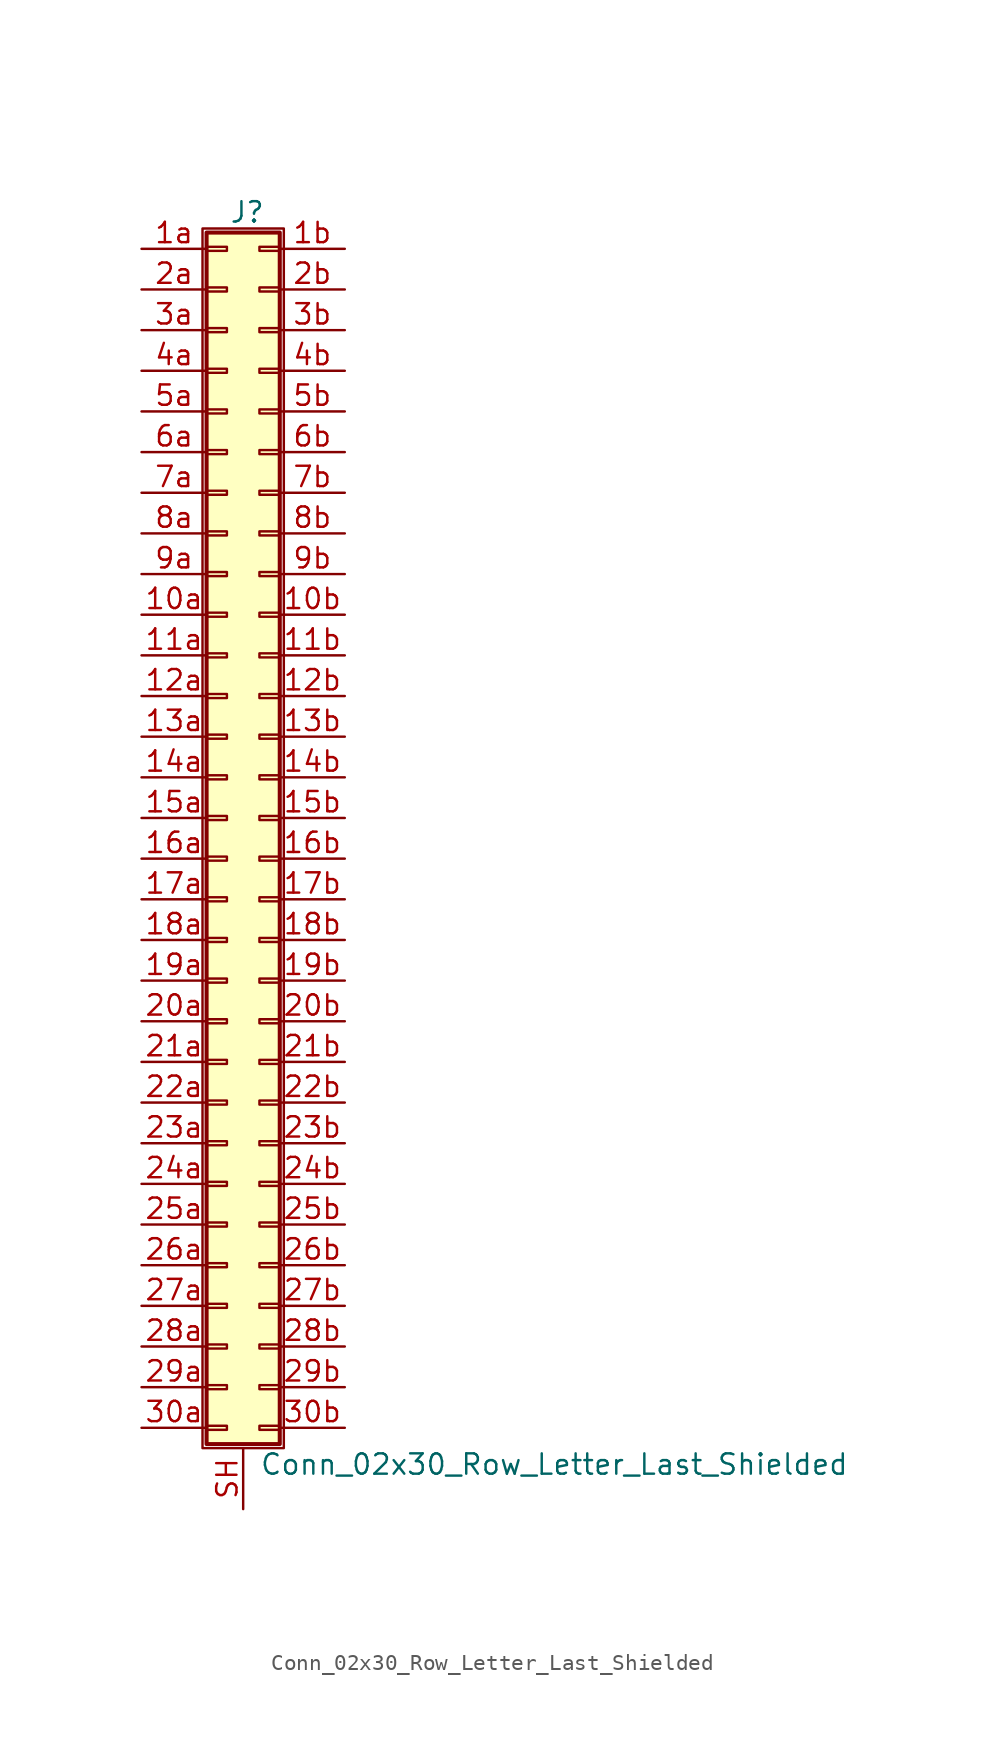
<source format=kicad_sym>
(kicad_symbol_lib
  (version 20201005)
  (generator kicad_symbol_editor)
  (symbol "Conn_02x30_Row_Letter_Last_Shielded"
    (pin_names
      (offset 1.016) hide)
    (property "Reference" "J"
      (at 1.524 37.846 0)
      (effects (font (size 1.27 1.27))))
    (property "Value" "Conn_02x30_Row_Letter_Last_Shielded"
      (at 2.286 -40.386 0)
      (effects (font (size 1.27 1.27)) (justify left)))
    (symbol "Conn_02x30_Row_Letter_Last_Shielded_1_1"
      (rectangle (start -1.27 36.83) (end 3.81 -39.37) (stroke (width 0.152)) (fill (type none)))
      (rectangle (start -1.016 -37.973) (end 0.254 -38.227) (stroke (width 0.152)) (fill (type none)))
      (rectangle (start -1.016 -35.433) (end 0.254 -35.687) (stroke (width 0.152)) (fill (type none)))
      (rectangle (start -1.016 -32.893) (end 0.254 -33.147) (stroke (width 0.152)) (fill (type none)))
      (rectangle (start -1.016 -30.353) (end 0.254 -30.607) (stroke (width 0.152)) (fill (type none)))
      (rectangle (start -1.016 -27.813) (end 0.254 -28.067) (stroke (width 0.152)) (fill (type none)))
      (rectangle (start -1.016 -25.273) (end 0.254 -25.527) (stroke (width 0.152)) (fill (type none)))
      (rectangle (start -1.016 -22.733) (end 0.254 -22.987) (stroke (width 0.152)) (fill (type none)))
      (rectangle (start -1.016 -20.193) (end 0.254 -20.447) (stroke (width 0.152)) (fill (type none)))
      (rectangle (start -1.016 -17.653) (end 0.254 -17.907) (stroke (width 0.152)) (fill (type none)))
      (rectangle (start -1.016 -15.113) (end 0.254 -15.367) (stroke (width 0.152)) (fill (type none)))
      (rectangle (start -1.016 -12.573) (end 0.254 -12.827) (stroke (width 0.152)) (fill (type none)))
      (rectangle (start -1.016 -10.033) (end 0.254 -10.287) (stroke (width 0.152)) (fill (type none)))
      (rectangle (start -1.016 -7.493) (end 0.254 -7.747) (stroke (width 0.152)) (fill (type none)))
      (rectangle (start -1.016 -4.953) (end 0.254 -5.207) (stroke (width 0.152)) (fill (type none)))
      (rectangle (start -1.016 -2.413) (end 0.254 -2.667) (stroke (width 0.152)) (fill (type none)))
      (rectangle (start -1.016 0.127) (end 0.254 -0.127) (stroke (width 0.152)) (fill (type none)))
      (rectangle (start -1.016 2.667) (end 0.254 2.413) (stroke (width 0.152)) (fill (type none)))
      (rectangle (start -1.016 5.207) (end 0.254 4.953) (stroke (width 0.152)) (fill (type none)))
      (rectangle (start -1.016 7.747) (end 0.254 7.493) (stroke (width 0.152)) (fill (type none)))
      (rectangle (start -1.016 10.287) (end 0.254 10.033) (stroke (width 0.152)) (fill (type none)))
      (rectangle (start -1.016 12.827) (end 0.254 12.573) (stroke (width 0.152)) (fill (type none)))
      (rectangle (start -1.016 15.367) (end 0.254 15.113) (stroke (width 0.152)) (fill (type none)))
      (rectangle (start -1.016 17.907) (end 0.254 17.653) (stroke (width 0.152)) (fill (type none)))
      (rectangle (start -1.016 20.447) (end 0.254 20.193) (stroke (width 0.152)) (fill (type none)))
      (rectangle (start -1.016 22.987) (end 0.254 22.733) (stroke (width 0.152)) (fill (type none)))
      (rectangle (start -1.016 25.527) (end 0.254 25.273) (stroke (width 0.152)) (fill (type none)))
      (rectangle (start -1.016 28.067) (end 0.254 27.813) (stroke (width 0.152)) (fill (type none)))
      (rectangle (start -1.016 30.607) (end 0.254 30.353) (stroke (width 0.152)) (fill (type none)))
      (rectangle (start -1.016 33.147) (end 0.254 32.893) (stroke (width 0.152)) (fill (type none)))
      (rectangle (start -1.016 35.687) (end 0.254 35.433) (stroke (width 0.152)) (fill (type none)))
      (rectangle (start -1.016 36.576) (end 3.556 -39.116) (stroke (width 0.254)) (fill (type background)))
      (rectangle (start 3.556 -37.973) (end 2.286 -38.227) (stroke (width 0.152)) (fill (type none)))
      (rectangle (start 3.556 -35.433) (end 2.286 -35.687) (stroke (width 0.152)) (fill (type none)))
      (rectangle (start 3.556 -32.893) (end 2.286 -33.147) (stroke (width 0.152)) (fill (type none)))
      (rectangle (start 3.556 -30.353) (end 2.286 -30.607) (stroke (width 0.152)) (fill (type none)))
      (rectangle (start 3.556 -27.813) (end 2.286 -28.067) (stroke (width 0.152)) (fill (type none)))
      (rectangle (start 3.556 -25.273) (end 2.286 -25.527) (stroke (width 0.152)) (fill (type none)))
      (rectangle (start 3.556 -22.733) (end 2.286 -22.987) (stroke (width 0.152)) (fill (type none)))
      (rectangle (start 3.556 -20.193) (end 2.286 -20.447) (stroke (width 0.152)) (fill (type none)))
      (rectangle (start 3.556 -17.653) (end 2.286 -17.907) (stroke (width 0.152)) (fill (type none)))
      (rectangle (start 3.556 -15.113) (end 2.286 -15.367) (stroke (width 0.152)) (fill (type none)))
      (rectangle (start 3.556 -12.573) (end 2.286 -12.827) (stroke (width 0.152)) (fill (type none)))
      (rectangle (start 3.556 -10.033) (end 2.286 -10.287) (stroke (width 0.152)) (fill (type none)))
      (rectangle (start 3.556 -7.493) (end 2.286 -7.747) (stroke (width 0.152)) (fill (type none)))
      (rectangle (start 3.556 -4.953) (end 2.286 -5.207) (stroke (width 0.152)) (fill (type none)))
      (rectangle (start 3.556 -2.413) (end 2.286 -2.667) (stroke (width 0.152)) (fill (type none)))
      (rectangle (start 3.556 0.127) (end 2.286 -0.127) (stroke (width 0.152)) (fill (type none)))
      (rectangle (start 3.556 2.667) (end 2.286 2.413) (stroke (width 0.152)) (fill (type none)))
      (rectangle (start 3.556 5.207) (end 2.286 4.953) (stroke (width 0.152)) (fill (type none)))
      (rectangle (start 3.556 7.747) (end 2.286 7.493) (stroke (width 0.152)) (fill (type none)))
      (rectangle (start 3.556 10.287) (end 2.286 10.033) (stroke (width 0.152)) (fill (type none)))
      (rectangle (start 3.556 12.827) (end 2.286 12.573) (stroke (width 0.152)) (fill (type none)))
      (rectangle (start 3.556 15.367) (end 2.286 15.113) (stroke (width 0.152)) (fill (type none)))
      (rectangle (start 3.556 17.907) (end 2.286 17.653) (stroke (width 0.152)) (fill (type none)))
      (rectangle (start 3.556 20.447) (end 2.286 20.193) (stroke (width 0.152)) (fill (type none)))
      (rectangle (start 3.556 22.987) (end 2.286 22.733) (stroke (width 0.152)) (fill (type none)))
      (rectangle (start 3.556 25.527) (end 2.286 25.273) (stroke (width 0.152)) (fill (type none)))
      (rectangle (start 3.556 28.067) (end 2.286 27.813) (stroke (width 0.152)) (fill (type none)))
      (rectangle (start 3.556 30.607) (end 2.286 30.353) (stroke (width 0.152)) (fill (type none)))
      (rectangle (start 3.556 33.147) (end 2.286 32.893) (stroke (width 0.152)) (fill (type none)))
      (rectangle (start 3.556 35.687) (end 2.286 35.433) (stroke (width 0.152)) (fill (type none)))
      (pin passive line (at -5.08 12.7 0) (length 4.064) (name "Pin_10a" (effects (font (size 1.27 1.27)))) (number "10a" (effects (font (size 1.27 1.27)))))
      (pin passive line (at 7.62 12.7 180) (length 4.064) (name "Pin_10b" (effects (font (size 1.27 1.27)))) (number "10b" (effects (font (size 1.27 1.27)))))
      (pin passive line (at -5.08 10.16 0) (length 4.064) (name "Pin_11a" (effects (font (size 1.27 1.27)))) (number "11a" (effects (font (size 1.27 1.27)))))
      (pin passive line (at 7.62 10.16 180) (length 4.064) (name "Pin_11b" (effects (font (size 1.27 1.27)))) (number "11b" (effects (font (size 1.27 1.27)))))
      (pin passive line (at -5.08 7.62 0) (length 4.064) (name "Pin_12a" (effects (font (size 1.27 1.27)))) (number "12a" (effects (font (size 1.27 1.27)))))
      (pin passive line (at 7.62 7.62 180) (length 4.064) (name "Pin_12b" (effects (font (size 1.27 1.27)))) (number "12b" (effects (font (size 1.27 1.27)))))
      (pin passive line (at -5.08 5.08 0) (length 4.064) (name "Pin_13a" (effects (font (size 1.27 1.27)))) (number "13a" (effects (font (size 1.27 1.27)))))
      (pin passive line (at 7.62 5.08 180) (length 4.064) (name "Pin_13b" (effects (font (size 1.27 1.27)))) (number "13b" (effects (font (size 1.27 1.27)))))
      (pin passive line (at -5.08 2.54 0) (length 4.064) (name "Pin_14a" (effects (font (size 1.27 1.27)))) (number "14a" (effects (font (size 1.27 1.27)))))
      (pin passive line (at 7.62 2.54 180) (length 4.064) (name "Pin_14b" (effects (font (size 1.27 1.27)))) (number "14b" (effects (font (size 1.27 1.27)))))
      (pin passive line (at -5.08 0 0) (length 4.064) (name "Pin_15a" (effects (font (size 1.27 1.27)))) (number "15a" (effects (font (size 1.27 1.27)))))
      (pin passive line (at 7.62 0 180) (length 4.064) (name "Pin_15b" (effects (font (size 1.27 1.27)))) (number "15b" (effects (font (size 1.27 1.27)))))
      (pin passive line (at -5.08 -2.54 0) (length 4.064) (name "Pin_16a" (effects (font (size 1.27 1.27)))) (number "16a" (effects (font (size 1.27 1.27)))))
      (pin passive line (at 7.62 -2.54 180) (length 4.064) (name "Pin_16b" (effects (font (size 1.27 1.27)))) (number "16b" (effects (font (size 1.27 1.27)))))
      (pin passive line (at -5.08 -5.08 0) (length 4.064) (name "Pin_17a" (effects (font (size 1.27 1.27)))) (number "17a" (effects (font (size 1.27 1.27)))))
      (pin passive line (at 7.62 -5.08 180) (length 4.064) (name "Pin_17b" (effects (font (size 1.27 1.27)))) (number "17b" (effects (font (size 1.27 1.27)))))
      (pin passive line (at -5.08 -7.62 0) (length 4.064) (name "Pin_18a" (effects (font (size 1.27 1.27)))) (number "18a" (effects (font (size 1.27 1.27)))))
      (pin passive line (at 7.62 -7.62 180) (length 4.064) (name "Pin_18b" (effects (font (size 1.27 1.27)))) (number "18b" (effects (font (size 1.27 1.27)))))
      (pin passive line (at -5.08 -10.16 0) (length 4.064) (name "Pin_19a" (effects (font (size 1.27 1.27)))) (number "19a" (effects (font (size 1.27 1.27)))))
      (pin passive line (at 7.62 -10.16 180) (length 4.064) (name "Pin_19b" (effects (font (size 1.27 1.27)))) (number "19b" (effects (font (size 1.27 1.27)))))
      (pin passive line (at -5.08 35.56 0) (length 4.064) (name "Pin_1a" (effects (font (size 1.27 1.27)))) (number "1a" (effects (font (size 1.27 1.27)))))
      (pin passive line (at 7.62 35.56 180) (length 4.064) (name "Pin_1b" (effects (font (size 1.27 1.27)))) (number "1b" (effects (font (size 1.27 1.27)))))
      (pin passive line (at -5.08 -12.7 0) (length 4.064) (name "Pin_20a" (effects (font (size 1.27 1.27)))) (number "20a" (effects (font (size 1.27 1.27)))))
      (pin passive line (at 7.62 -12.7 180) (length 4.064) (name "Pin_20b" (effects (font (size 1.27 1.27)))) (number "20b" (effects (font (size 1.27 1.27)))))
      (pin passive line (at -5.08 -15.24 0) (length 4.064) (name "Pin_21a" (effects (font (size 1.27 1.27)))) (number "21a" (effects (font (size 1.27 1.27)))))
      (pin passive line (at 7.62 -15.24 180) (length 4.064) (name "Pin_21b" (effects (font (size 1.27 1.27)))) (number "21b" (effects (font (size 1.27 1.27)))))
      (pin passive line (at -5.08 -17.78 0) (length 4.064) (name "Pin_22a" (effects (font (size 1.27 1.27)))) (number "22a" (effects (font (size 1.27 1.27)))))
      (pin passive line (at 7.62 -17.78 180) (length 4.064) (name "Pin_22b" (effects (font (size 1.27 1.27)))) (number "22b" (effects (font (size 1.27 1.27)))))
      (pin passive line (at -5.08 -20.32 0) (length 4.064) (name "Pin_23a" (effects (font (size 1.27 1.27)))) (number "23a" (effects (font (size 1.27 1.27)))))
      (pin passive line (at 7.62 -20.32 180) (length 4.064) (name "Pin_23b" (effects (font (size 1.27 1.27)))) (number "23b" (effects (font (size 1.27 1.27)))))
      (pin passive line (at -5.08 -22.86 0) (length 4.064) (name "Pin_24a" (effects (font (size 1.27 1.27)))) (number "24a" (effects (font (size 1.27 1.27)))))
      (pin passive line (at 7.62 -22.86 180) (length 4.064) (name "Pin_24b" (effects (font (size 1.27 1.27)))) (number "24b" (effects (font (size 1.27 1.27)))))
      (pin passive line (at -5.08 -25.4 0) (length 4.064) (name "Pin_25a" (effects (font (size 1.27 1.27)))) (number "25a" (effects (font (size 1.27 1.27)))))
      (pin passive line (at 7.62 -25.4 180) (length 4.064) (name "Pin_25b" (effects (font (size 1.27 1.27)))) (number "25b" (effects (font (size 1.27 1.27)))))
      (pin passive line (at -5.08 -27.94 0) (length 4.064) (name "Pin_26a" (effects (font (size 1.27 1.27)))) (number "26a" (effects (font (size 1.27 1.27)))))
      (pin passive line (at 7.62 -27.94 180) (length 4.064) (name "Pin_26b" (effects (font (size 1.27 1.27)))) (number "26b" (effects (font (size 1.27 1.27)))))
      (pin passive line (at -5.08 -30.48 0) (length 4.064) (name "Pin_27a" (effects (font (size 1.27 1.27)))) (number "27a" (effects (font (size 1.27 1.27)))))
      (pin passive line (at 7.62 -30.48 180) (length 4.064) (name "Pin_27b" (effects (font (size 1.27 1.27)))) (number "27b" (effects (font (size 1.27 1.27)))))
      (pin passive line (at -5.08 -33.02 0) (length 4.064) (name "Pin_28a" (effects (font (size 1.27 1.27)))) (number "28a" (effects (font (size 1.27 1.27)))))
      (pin passive line (at 7.62 -33.02 180) (length 4.064) (name "Pin_28b" (effects (font (size 1.27 1.27)))) (number "28b" (effects (font (size 1.27 1.27)))))
      (pin passive line (at -5.08 -35.56 0) (length 4.064) (name "Pin_29a" (effects (font (size 1.27 1.27)))) (number "29a" (effects (font (size 1.27 1.27)))))
      (pin passive line (at 7.62 -35.56 180) (length 4.064) (name "Pin_29b" (effects (font (size 1.27 1.27)))) (number "29b" (effects (font (size 1.27 1.27)))))
      (pin passive line (at -5.08 33.02 0) (length 4.064) (name "Pin_2a" (effects (font (size 1.27 1.27)))) (number "2a" (effects (font (size 1.27 1.27)))))
      (pin passive line (at 7.62 33.02 180) (length 4.064) (name "Pin_2b" (effects (font (size 1.27 1.27)))) (number "2b" (effects (font (size 1.27 1.27)))))
      (pin passive line (at -5.08 -38.1 0) (length 4.064) (name "Pin_30a" (effects (font (size 1.27 1.27)))) (number "30a" (effects (font (size 1.27 1.27)))))
      (pin passive line (at 7.62 -38.1 180) (length 4.064) (name "Pin_30b" (effects (font (size 1.27 1.27)))) (number "30b" (effects (font (size 1.27 1.27)))))
      (pin passive line (at -5.08 30.48 0) (length 4.064) (name "Pin_3a" (effects (font (size 1.27 1.27)))) (number "3a" (effects (font (size 1.27 1.27)))))
      (pin passive line (at 7.62 30.48 180) (length 4.064) (name "Pin_3b" (effects (font (size 1.27 1.27)))) (number "3b" (effects (font (size 1.27 1.27)))))
      (pin passive line (at -5.08 27.94 0) (length 4.064) (name "Pin_4a" (effects (font (size 1.27 1.27)))) (number "4a" (effects (font (size 1.27 1.27)))))
      (pin passive line (at 7.62 27.94 180) (length 4.064) (name "Pin_4b" (effects (font (size 1.27 1.27)))) (number "4b" (effects (font (size 1.27 1.27)))))
      (pin passive line (at -5.08 25.4 0) (length 4.064) (name "Pin_5a" (effects (font (size 1.27 1.27)))) (number "5a" (effects (font (size 1.27 1.27)))))
      (pin passive line (at 7.62 25.4 180) (length 4.064) (name "Pin_5b" (effects (font (size 1.27 1.27)))) (number "5b" (effects (font (size 1.27 1.27)))))
      (pin passive line (at -5.08 22.86 0) (length 4.064) (name "Pin_6a" (effects (font (size 1.27 1.27)))) (number "6a" (effects (font (size 1.27 1.27)))))
      (pin passive line (at 7.62 22.86 180) (length 4.064) (name "Pin_6b" (effects (font (size 1.27 1.27)))) (number "6b" (effects (font (size 1.27 1.27)))))
      (pin passive line (at -5.08 20.32 0) (length 4.064) (name "Pin_7a" (effects (font (size 1.27 1.27)))) (number "7a" (effects (font (size 1.27 1.27)))))
      (pin passive line (at 7.62 20.32 180) (length 4.064) (name "Pin_7b" (effects (font (size 1.27 1.27)))) (number "7b" (effects (font (size 1.27 1.27)))))
      (pin passive line (at -5.08 17.78 0) (length 4.064) (name "Pin_8a" (effects (font (size 1.27 1.27)))) (number "8a" (effects (font (size 1.27 1.27)))))
      (pin passive line (at 7.62 17.78 180) (length 4.064) (name "Pin_8b" (effects (font (size 1.27 1.27)))) (number "8b" (effects (font (size 1.27 1.27)))))
      (pin passive line (at -5.08 15.24 0) (length 4.064) (name "Pin_9a" (effects (font (size 1.27 1.27)))) (number "9a" (effects (font (size 1.27 1.27)))))
      (pin passive line (at 7.62 15.24 180) (length 4.064) (name "Pin_9b" (effects (font (size 1.27 1.27)))) (number "9b" (effects (font (size 1.27 1.27)))))
      (pin passive line (at 1.27 -43.18 90) (length 3.81) (name "Shield" (effects (font (size 1.27 1.27)))) (number "SH" (effects (font (size 1.27 1.27))))))))
</source>
